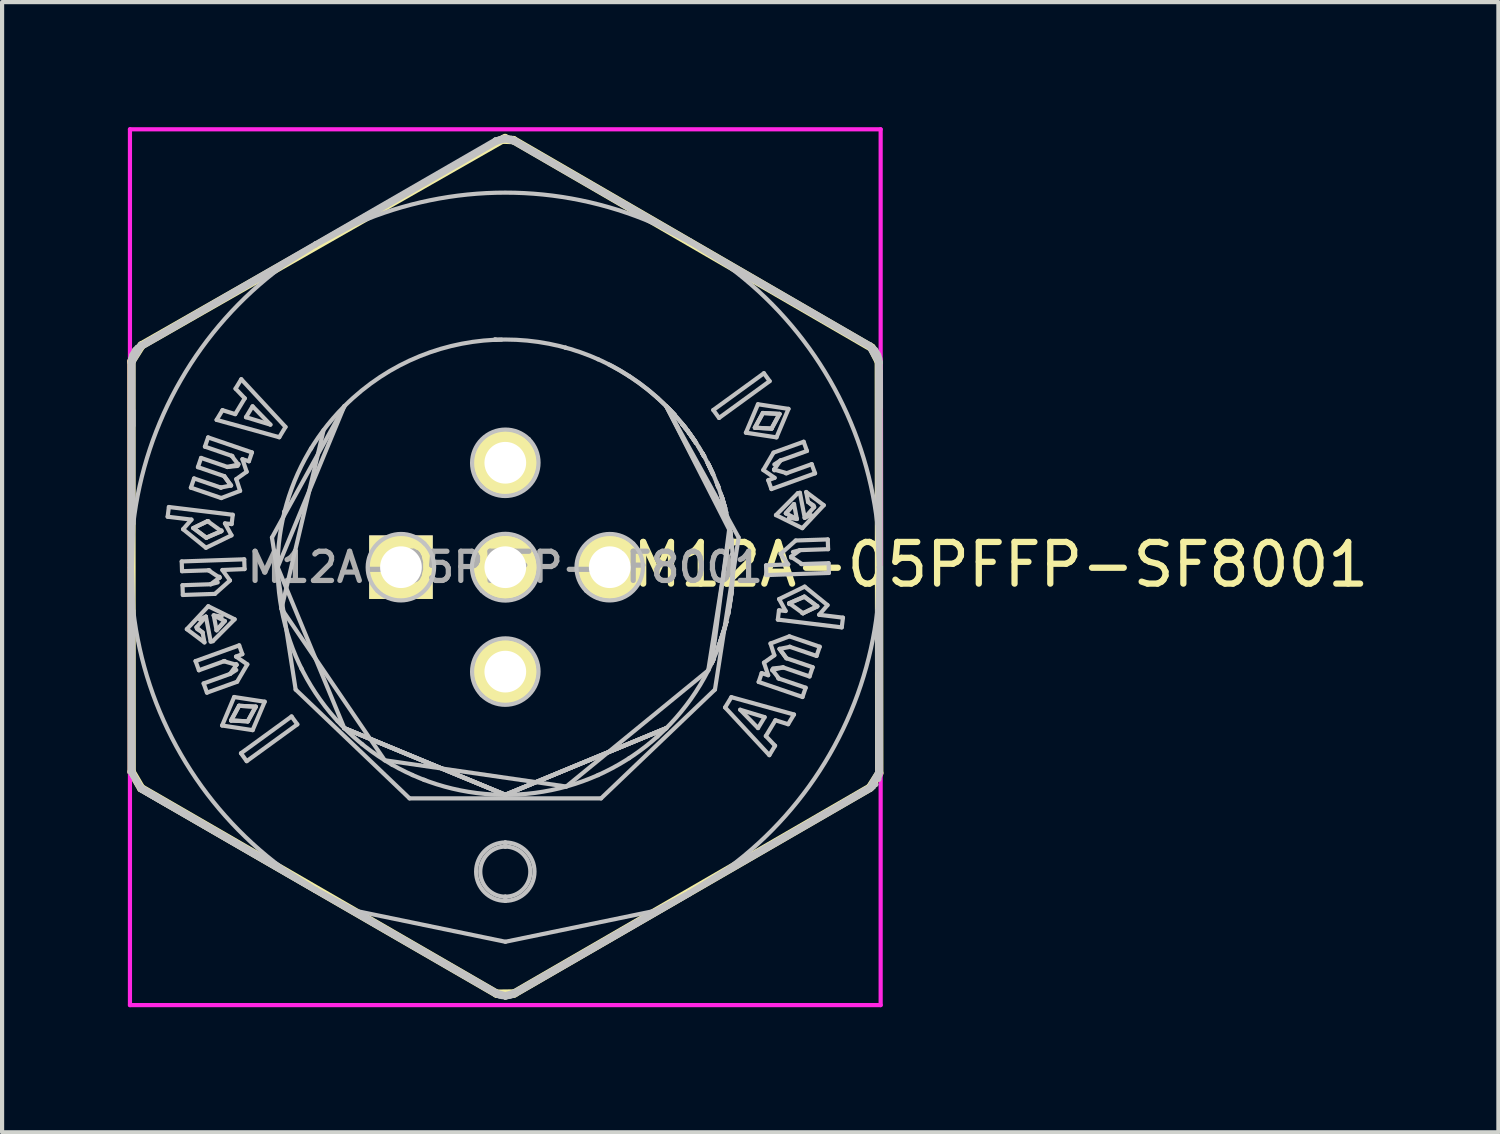
<source format=kicad_pcb>
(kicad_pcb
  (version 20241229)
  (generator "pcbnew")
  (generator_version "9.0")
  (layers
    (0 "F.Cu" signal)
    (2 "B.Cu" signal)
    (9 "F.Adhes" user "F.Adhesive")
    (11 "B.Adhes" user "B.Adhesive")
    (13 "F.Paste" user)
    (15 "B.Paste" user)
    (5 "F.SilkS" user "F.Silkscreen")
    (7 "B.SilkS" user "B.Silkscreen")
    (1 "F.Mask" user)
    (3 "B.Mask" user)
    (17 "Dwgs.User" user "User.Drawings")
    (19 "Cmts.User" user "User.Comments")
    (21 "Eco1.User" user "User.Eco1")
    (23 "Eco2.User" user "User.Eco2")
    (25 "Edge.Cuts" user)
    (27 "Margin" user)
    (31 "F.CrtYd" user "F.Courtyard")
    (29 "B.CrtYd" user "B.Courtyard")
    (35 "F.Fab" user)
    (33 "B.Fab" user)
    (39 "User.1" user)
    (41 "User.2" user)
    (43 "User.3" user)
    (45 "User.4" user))
  (footprint "M12A-05PFFP-SF8001"
    (layer "F.Cu")
    (at 9.066 10.55)
    (property "Reference" "M12A-05PFFP-SF8001" (at 11.877 -0.061 0) (layer "F.SilkS") (effects (font (size 1 1) (thickness 0.15))))
    (attr through_hole)
    (fp_line (start -8.966 -4.933) (end -8.961 4.907) (stroke (width 0.2) (type solid)) (layer "F.SilkS"))
    (fp_line (start -8.961 4.907) (end -8.733 5.298) (stroke (width 0.2) (type solid)) (layer "F.SilkS"))
    (fp_line (start -8.733 5.298) (end -0.208 10.226) (stroke (width 0.2) (type solid)) (layer "F.SilkS"))
    (fp_line (start -8.722 -5.319) (end -8.966 -4.933) (stroke (width 0.2) (type solid)) (layer "F.SilkS"))
    (fp_line (start -0.208 10.226) (end 0.213 10.221) (stroke (width 0.2) (type solid)) (layer "F.SilkS"))
    (fp_line (start -0.005 -10.292) (end -8.722 -5.319) (stroke (width 0.2) (type solid)) (layer "F.SilkS"))
    (fp_line (start 0.193 -10.241) (end -0.066 -10.251) (stroke (width 0.2) (type solid)) (layer "F.SilkS"))
    (fp_line (start 0.213 10.221) (end 8.743 5.288) (stroke (width 0.2) (type solid)) (layer "F.SilkS"))
    (fp_line (start 8.743 5.288) (end 8.966 4.938) (stroke (width 0.2) (type solid)) (layer "F.SilkS"))
    (fp_line (start 8.783 -5.263) (end 0.193 -10.241) (stroke (width 0.2) (type solid)) (layer "F.SilkS"))
    (fp_line (start 8.956 -4.923) (end 8.783 -5.263) (stroke (width 0.2) (type solid)) (layer "F.SilkS"))
    (fp_line (start 8.966 4.938) (end 8.956 -4.923) (stroke (width 0.2) (type solid)) (layer "F.SilkS"))
    (fp_line (start -9 -4.907) (end -8.918 -4.918) (stroke (width 0.1) (type solid)) (layer "Dwgs.User"))
    (fp_line (start -9 0.015) (end -9 -4.907) (stroke (width 0.1) (type solid)) (layer "Dwgs.User"))
    (fp_line (start -9 0.015) (end -8.953 0.015) (stroke (width 0.1) (type solid)) (layer "Dwgs.User"))
    (fp_line (start -9 4.907) (end -9 0.015) (stroke (width 0.1) (type solid)) (layer "Dwgs.User"))
    (fp_line (start -9 4.907) (end -8.75 5.34) (stroke (width 0.1) (type solid)) (layer "Dwgs.User"))
    (fp_line (start -9 -4.907) (end -8.994 -4.984) (stroke (width 0.1) (type solid)) (layer "Dwgs.User"))
    (fp_line (start -9 4.907) (end -8.75 5.34) (stroke (width 0.1) (type solid)) (layer "Dwgs.User"))
    (fp_line (start -8.994 -4.986) (end -8.971 -5.076) (stroke (width 0.1) (type solid)) (layer "Dwgs.User"))
    (fp_line (start -8.989 -5.012) (end -9 -4.908) (stroke (width 0.1) (type solid)) (layer "Dwgs.User"))
    (fp_line (start -8.962 -5.099) (end -8.971 -5.075) (stroke (width 0.1) (type solid)) (layer "Dwgs.User"))
    (fp_line (start -8.962 -5.1) (end -8.899 -5.209) (stroke (width 0.1) (type solid)) (layer "Dwgs.User"))
    (fp_line (start -8.953 0.015) (end -8.921 -1.039) (stroke (width 0.1) (type solid)) (layer "Dwgs.User"))
    (fp_line (start -8.95 -4.916) (end -8.992 -4.911) (stroke (width 0.1) (type solid)) (layer "Dwgs.User"))
    (fp_line (start -8.921 -1.039) (end -8.918 -4.917) (stroke (width 0.1) (type solid)) (layer "Dwgs.User"))
    (fp_line (start -8.921 1.039) (end -8.953 0.015) (stroke (width 0.1) (type solid)) (layer "Dwgs.User"))
    (fp_line (start -8.919 -3.757) (end -8.919 -3.388) (stroke (width 0.1) (type solid)) (layer "Dwgs.User"))
    (fp_line (start -8.918 -4.918) (end -8.918 -4.917) (stroke (width 0.1) (type solid)) (layer "Dwgs.User"))
    (fp_line (start -8.918 -4.917) (end -8.718 -5.265) (stroke (width 0.1) (type solid)) (layer "Dwgs.User"))
    (fp_line (start -8.918 4.918) (end -9 4.907) (stroke (width 0.1) (type solid)) (layer "Dwgs.User"))
    (fp_line (start -8.918 4.92) (end -8.921 1.039) (stroke (width 0.1) (type solid)) (layer "Dwgs.User"))
    (fp_line (start -8.901 5.034) (end -8.892 5.059) (stroke (width 0.1) (type solid)) (layer "Dwgs.User"))
    (fp_line (start -8.885 -5.227) (end -8.9 -5.207) (stroke (width 0.1) (type solid)) (layer "Dwgs.User"))
    (fp_line (start -8.884 -5.228) (end -8.836 -5.278) (stroke (width 0.1) (type solid)) (layer "Dwgs.User"))
    (fp_line (start -8.876 5.097) (end -8.875 5.099) (stroke (width 0.1) (type solid)) (layer "Dwgs.User"))
    (fp_line (start -8.875 5.099) (end -8.875 5.099) (stroke (width 0.1) (type solid)) (layer "Dwgs.User"))
    (fp_line (start -8.874 5.1) (end -8.874 5.1) (stroke (width 0.1) (type solid)) (layer "Dwgs.User"))
    (fp_line (start -8.874 5.1) (end -8.874 5.1) (stroke (width 0.1) (type solid)) (layer "Dwgs.User"))
    (fp_line (start -8.874 5.101) (end -8.873 5.101) (stroke (width 0.1) (type solid)) (layer "Dwgs.User"))
    (fp_line (start -8.873 5.102) (end -8.873 5.102) (stroke (width 0.1) (type solid)) (layer "Dwgs.User"))
    (fp_line (start -8.873 5.103) (end -8.873 5.103) (stroke (width 0.1) (type solid)) (layer "Dwgs.User"))
    (fp_line (start -8.872 5.104) (end -8.872 5.104) (stroke (width 0.1) (type solid)) (layer "Dwgs.User"))
    (fp_line (start -8.871 5.105) (end -8.871 5.105) (stroke (width 0.1) (type solid)) (layer "Dwgs.User"))
    (fp_line (start -8.835 -5.279) (end -8.837 -5.277) (stroke (width 0.1) (type solid)) (layer "Dwgs.User"))
    (fp_line (start -8.802 -5.306) (end -8.75 -5.34) (stroke (width 0.1) (type solid)) (layer "Dwgs.User"))
    (fp_line (start -8.75 5.34) (end -9 4.907) (stroke (width 0.1) (type solid)) (layer "Dwgs.User"))
    (fp_line (start -8.75 -5.34) (end -4.565 -7.757) (stroke (width 0.1) (type solid)) (layer "Dwgs.User"))
    (fp_line (start -8.75 -5.34) (end -9 -4.907) (stroke (width 0.1) (type solid)) (layer "Dwgs.User"))
    (fp_line (start -8.75 5.34) (end -8.056 5.741) (stroke (width 0.1) (type solid)) (layer "Dwgs.User"))
    (fp_line (start -8.75 5.34) (end -4.565 7.757) (stroke (width 0.1) (type solid)) (layer "Dwgs.User"))
    (fp_line (start -8.75 5.34) (end -4.565 7.757) (stroke (width 0.1) (type solid)) (layer "Dwgs.User"))
    (fp_line (start -8.75 -5.34) (end -9 -4.906) (stroke (width 0.1) (type solid)) (layer "Dwgs.User"))
    (fp_line (start -8.75 5.34) (end -9 4.908) (stroke (width 0.1) (type solid)) (layer "Dwgs.User"))
    (fp_line (start -8.75 5.341) (end -8.718 5.264) (stroke (width 0.1) (type solid)) (layer "Dwgs.User"))
    (fp_line (start -8.72 5.263) (end -8.918 4.92) (stroke (width 0.1) (type solid)) (layer "Dwgs.User"))
    (fp_line (start -8.718 -5.265) (end -5.361 -7.206) (stroke (width 0.1) (type solid)) (layer "Dwgs.User"))
    (fp_line (start -8.718 -5.265) (end -8.75 -5.34) (stroke (width 0.1) (type solid)) (layer "Dwgs.User"))
    (fp_line (start -8.096 -1.21) (end -7.525 -1.141) (stroke (width 0.1) (type solid)) (layer "Dwgs.User"))
    (fp_line (start -8.067 -1.443) (end -8.096 -1.21) (stroke (width 0.1) (type solid)) (layer "Dwgs.User"))
    (fp_line (start -8.056 5.741) (end -8.75 5.34) (stroke (width 0.1) (type solid)) (layer "Dwgs.User"))
    (fp_line (start -7.759 -0.138) (end -7.751 0.096) (stroke (width 0.1) (type solid)) (layer "Dwgs.User"))
    (fp_line (start -7.751 0.096) (end -7.114 0.075) (stroke (width 0.1) (type solid)) (layer "Dwgs.User"))
    (fp_line (start -7.74 0.432) (end -7.732 0.666) (stroke (width 0.1) (type solid)) (layer "Dwgs.User"))
    (fp_line (start -7.732 0.666) (end -6.963 0.64) (stroke (width 0.1) (type solid)) (layer "Dwgs.User"))
    (fp_line (start -7.726 -0.91) (end -7.178 -0.466) (stroke (width 0.1) (type solid)) (layer "Dwgs.User"))
    (fp_line (start -7.636 1.486) (end -7.214 1.803) (stroke (width 0.1) (type solid)) (layer "Dwgs.User"))
    (fp_line (start -7.539 -1.907) (end -6.811 -1.658) (stroke (width 0.1) (type solid)) (layer "Dwgs.User"))
    (fp_line (start -7.525 -1.141) (end -7.726 -0.91) (stroke (width 0.1) (type solid)) (layer "Dwgs.User"))
    (fp_line (start -7.48 -0.939) (end -7.138 -1.104) (stroke (width 0.1) (type solid)) (layer "Dwgs.User"))
    (fp_line (start -7.48 -0.939) (end -7.138 -1.104) (stroke (width 0.1) (type solid)) (layer "Dwgs.User"))
    (fp_line (start -7.463 -2.128) (end -7.539 -1.907) (stroke (width 0.1) (type solid)) (layer "Dwgs.User"))
    (fp_line (start -7.427 2.251) (end -7.347 2.471) (stroke (width 0.1) (type solid)) (layer "Dwgs.User"))
    (fp_line (start -7.406 1.442) (end -7.179 1.185) (stroke (width 0.1) (type solid)) (layer "Dwgs.User"))
    (fp_line (start -7.37 -2.399) (end -6.74 -2.183) (stroke (width 0.1) (type solid)) (layer "Dwgs.User"))
    (fp_line (start -7.347 2.471) (end -6.748 2.255) (stroke (width 0.1) (type solid)) (layer "Dwgs.User"))
    (fp_line (start -7.332 1.249) (end -7.179 1.185) (stroke (width 0.1) (type solid)) (layer "Dwgs.User"))
    (fp_line (start -7.295 -2.62) (end -7.37 -2.399) (stroke (width 0.1) (type solid)) (layer "Dwgs.User"))
    (fp_line (start -7.259 1.566) (end -7.406 1.442) (stroke (width 0.1) (type solid)) (layer "Dwgs.User"))
    (fp_line (start -7.259 1.566) (end -7.393 1.48) (stroke (width 0.1) (type solid)) (layer "Dwgs.User"))
    (fp_line (start -7.233 2.787) (end -7.154 3.008) (stroke (width 0.1) (type solid)) (layer "Dwgs.User"))
    (fp_line (start -7.214 1.803) (end -7.259 1.566) (stroke (width 0.1) (type solid)) (layer "Dwgs.User"))
    (fp_line (start -7.202 -2.89) (end -6.562 -2.671) (stroke (width 0.1) (type solid)) (layer "Dwgs.User"))
    (fp_line (start -7.179 1.185) (end -7.064 1.784) (stroke (width 0.1) (type solid)) (layer "Dwgs.User"))
    (fp_line (start -7.178 -0.466) (end -6.565 -0.764) (stroke (width 0.1) (type solid)) (layer "Dwgs.User"))
    (fp_line (start -7.17 -0.707) (end -7.48 -0.939) (stroke (width 0.1) (type solid)) (layer "Dwgs.User"))
    (fp_line (start -7.17 -0.707) (end -7.48 -0.939) (stroke (width 0.1) (type solid)) (layer "Dwgs.User"))
    (fp_line (start -7.154 3.008) (end -6.431 2.747) (stroke (width 0.1) (type solid)) (layer "Dwgs.User"))
    (fp_line (start -7.138 -1.104) (end -7.118 -1.102) (stroke (width 0.1) (type solid)) (layer "Dwgs.User"))
    (fp_line (start -7.138 -1.104) (end -6.808 -0.864) (stroke (width 0.1) (type solid)) (layer "Dwgs.User"))
    (fp_line (start -7.126 -3.112) (end -7.202 -2.89) (stroke (width 0.1) (type solid)) (layer "Dwgs.User"))
    (fp_line (start -7.122 0.936) (end -7.636 1.486) (stroke (width 0.1) (type solid)) (layer "Dwgs.User"))
    (fp_line (start -7.114 0.075) (end -7.094 0.074) (stroke (width 0.1) (type solid)) (layer "Dwgs.User"))
    (fp_line (start -7.114 0.075) (end -6.851 0.25) (stroke (width 0.1) (type solid)) (layer "Dwgs.User"))
    (fp_line (start -7.065 0.409) (end -7.74 0.432) (stroke (width 0.1) (type solid)) (layer "Dwgs.User"))
    (fp_line (start -7.064 1.784) (end -7.013 1.774) (stroke (width 0.1) (type solid)) (layer "Dwgs.User"))
    (fp_line (start -7.013 1.774) (end -6.49 1.249) (stroke (width 0.1) (type solid)) (layer "Dwgs.User"))
    (fp_line (start -6.991 1.156) (end -6.801 1.183) (stroke (width 0.1) (type solid)) (layer "Dwgs.User"))
    (fp_line (start -6.991 1.156) (end -6.727 1.291) (stroke (width 0.1) (type solid)) (layer "Dwgs.User"))
    (fp_line (start -6.963 0.64) (end -6.602 0.318) (stroke (width 0.1) (type solid)) (layer "Dwgs.User"))
    (fp_line (start -6.923 1.512) (end -6.991 1.156) (stroke (width 0.1) (type solid)) (layer "Dwgs.User"))
    (fp_line (start -6.922 -3.532) (end -5.42 -3.116) (stroke (width 0.1) (type solid)) (layer "Dwgs.User"))
    (fp_line (start -6.896 0.365) (end -7.065 0.409) (stroke (width 0.1) (type solid)) (layer "Dwgs.User"))
    (fp_line (start -6.853 0.229) (end -6.851 0.25) (stroke (width 0.1) (type solid)) (layer "Dwgs.User"))
    (fp_line (start -6.851 0.25) (end -7.065 0.409) (stroke (width 0.1) (type solid)) (layer "Dwgs.User"))
    (fp_line (start -6.825 -1.91) (end -7.463 -2.128) (stroke (width 0.1) (type solid)) (layer "Dwgs.User"))
    (fp_line (start -6.815 -1.906) (end -6.825 -1.91) (stroke (width 0.1) (type solid)) (layer "Dwgs.User"))
    (fp_line (start -6.811 -1.658) (end -6.359 -1.83) (stroke (width 0.1) (type solid)) (layer "Dwgs.User"))
    (fp_line (start -6.808 -0.864) (end -7.17 -0.707) (stroke (width 0.1) (type solid)) (layer "Dwgs.User"))
    (fp_line (start -6.808 -0.864) (end -7.17 -0.707) (stroke (width 0.1) (type solid)) (layer "Dwgs.User"))
    (fp_line (start -6.806 -0.884) (end -6.808 -0.864) (stroke (width 0.1) (type solid)) (layer "Dwgs.User"))
    (fp_line (start -6.79 3.796) (end -6.058 3.907) (stroke (width 0.1) (type solid)) (layer "Dwgs.User"))
    (fp_line (start -6.784 0.067) (end -6.252 0.045) (stroke (width 0.1) (type solid)) (layer "Dwgs.User"))
    (fp_line (start -6.781 -3.765) (end -6.922 -3.532) (stroke (width 0.1) (type solid)) (layer "Dwgs.User"))
    (fp_line (start -6.748 2.255) (end -6.729 2.249) (stroke (width 0.1) (type solid)) (layer "Dwgs.User"))
    (fp_line (start -6.748 2.255) (end -6.444 2.341) (stroke (width 0.1) (type solid)) (layer "Dwgs.User"))
    (fp_line (start -6.74 -2.183) (end -6.576 -1.959) (stroke (width 0.1) (type solid)) (layer "Dwgs.User"))
    (fp_line (start -6.74 -2.183) (end -6.576 -1.959) (stroke (width 0.1) (type solid)) (layer "Dwgs.User"))
    (fp_line (start -6.727 1.291) (end -6.923 1.512) (stroke (width 0.1) (type solid)) (layer "Dwgs.User"))
    (fp_line (start -6.727 1.291) (end -6.923 1.512) (stroke (width 0.1) (type solid)) (layer "Dwgs.User"))
    (fp_line (start -6.722 -1.05) (end -6.562 -1.034) (stroke (width 0.1) (type solid)) (layer "Dwgs.User"))
    (fp_line (start -6.662 -2.403) (end -7.295 -2.62) (stroke (width 0.1) (type solid)) (layer "Dwgs.User"))
    (fp_line (start -6.602 0.318) (end -6.784 0.067) (stroke (width 0.1) (type solid)) (layer "Dwgs.User"))
    (fp_line (start -6.599 2.559) (end -7.233 2.787) (stroke (width 0.1) (type solid)) (layer "Dwgs.User"))
    (fp_line (start -6.576 -1.959) (end -6.825 -1.91) (stroke (width 0.1) (type solid)) (layer "Dwgs.User"))
    (fp_line (start -6.575 3.675) (end -6.384 3.323) (stroke (width 0.1) (type solid)) (layer "Dwgs.User"))
    (fp_line (start -6.575 3.675) (end -6.384 3.323) (stroke (width 0.1) (type solid)) (layer "Dwgs.User"))
    (fp_line (start -6.565 -0.764) (end -6.722 -1.05) (stroke (width 0.1) (type solid)) (layer "Dwgs.User"))
    (fp_line (start -6.562 -1.034) (end -6.535 -1.257) (stroke (width 0.1) (type solid)) (layer "Dwgs.User"))
    (fp_line (start -6.562 -2.671) (end -6.542 -2.664) (stroke (width 0.1) (type solid)) (layer "Dwgs.User"))
    (fp_line (start -6.562 -2.671) (end -6.403 -2.463) (stroke (width 0.1) (type solid)) (layer "Dwgs.User"))
    (fp_line (start -6.535 -1.257) (end -8.067 -1.443) (stroke (width 0.1) (type solid)) (layer "Dwgs.User"))
    (fp_line (start -6.502 3.113) (end -6.79 3.796) (stroke (width 0.1) (type solid)) (layer "Dwgs.User"))
    (fp_line (start -6.49 1.249) (end -7.122 0.936) (stroke (width 0.1) (type solid)) (layer "Dwgs.User"))
    (fp_line (start -6.476 -3.67) (end -6.781 -3.765) (stroke (width 0.1) (type solid)) (layer "Dwgs.User"))
    (fp_line (start -6.468 -4.281) (end -6.247 -4.049) (stroke (width 0.1) (type solid)) (layer "Dwgs.User"))
    (fp_line (start -6.457 2.143) (end -6.305 2.085) (stroke (width 0.1) (type solid)) (layer "Dwgs.User"))
    (fp_line (start -6.452 2.322) (end -6.444 2.341) (stroke (width 0.1) (type solid)) (layer "Dwgs.User"))
    (fp_line (start -6.451 -2.112) (end -6.202 -2.289) (stroke (width 0.1) (type solid)) (layer "Dwgs.User"))
    (fp_line (start -6.451 2.464) (end -6.599 2.559) (stroke (width 0.1) (type solid)) (layer "Dwgs.User"))
    (fp_line (start -6.444 2.341) (end -6.599 2.559) (stroke (width 0.1) (type solid)) (layer "Dwgs.User"))
    (fp_line (start -6.431 2.747) (end -6.186 2.33) (stroke (width 0.1) (type solid)) (layer "Dwgs.User"))
    (fp_line (start -6.419 -2.428) (end -6.662 -2.403) (stroke (width 0.1) (type solid)) (layer "Dwgs.User"))
    (fp_line (start -6.403 -2.463) (end -6.662 -2.403) (stroke (width 0.1) (type solid)) (layer "Dwgs.User"))
    (fp_line (start -6.4 -2.473) (end -6.403 -2.463) (stroke (width 0.1) (type solid)) (layer "Dwgs.User"))
    (fp_line (start -6.384 3.323) (end -5.984 3.345) (stroke (width 0.1) (type solid)) (layer "Dwgs.User"))
    (fp_line (start -6.384 3.323) (end -5.984 3.345) (stroke (width 0.1) (type solid)) (layer "Dwgs.User"))
    (fp_line (start -6.381 1.874) (end -7.427 2.251) (stroke (width 0.1) (type solid)) (layer "Dwgs.User"))
    (fp_line (start -6.359 -1.83) (end -6.451 -2.112) (stroke (width 0.1) (type solid)) (layer "Dwgs.User"))
    (fp_line (start -6.338 4.461) (end -6.201 4.651) (stroke (width 0.1) (type solid)) (layer "Dwgs.User"))
    (fp_line (start -6.331 -4.507) (end -6.468 -4.281) (stroke (width 0.1) (type solid)) (layer "Dwgs.User"))
    (fp_line (start -6.305 2.085) (end -6.381 1.874) (stroke (width 0.1) (type solid)) (layer "Dwgs.User"))
    (fp_line (start -6.303 -2.59) (end -6.147 -2.54) (stroke (width 0.1) (type solid)) (layer "Dwgs.User"))
    (fp_line (start -6.26 -0.189) (end -7.759 -0.138) (stroke (width 0.1) (type solid)) (layer "Dwgs.User"))
    (fp_line (start -6.252 0.045) (end -6.26 -0.189) (stroke (width 0.1) (type solid)) (layer "Dwgs.User"))
    (fp_line (start -6.247 -4.049) (end -6.476 -3.67) (stroke (width 0.1) (type solid)) (layer "Dwgs.User"))
    (fp_line (start -6.218 -3.596) (end -6.06 -3.858) (stroke (width 0.1) (type solid)) (layer "Dwgs.User"))
    (fp_line (start -6.202 -2.289) (end -6.303 -2.59) (stroke (width 0.1) (type solid)) (layer "Dwgs.User"))
    (fp_line (start -6.201 4.651) (end -4.987 3.769) (stroke (width 0.1) (type solid)) (layer "Dwgs.User"))
    (fp_line (start -6.186 2.33) (end -6.457 2.143) (stroke (width 0.1) (type solid)) (layer "Dwgs.User"))
    (fp_line (start -6.176 3.697) (end -6.575 3.675) (stroke (width 0.1) (type solid)) (layer "Dwgs.User"))
    (fp_line (start -6.176 3.697) (end -6.575 3.675) (stroke (width 0.1) (type solid)) (layer "Dwgs.User"))
    (fp_line (start -6.147 -2.54) (end -6.075 -2.752) (stroke (width 0.1) (type solid)) (layer "Dwgs.User"))
    (fp_line (start -6.075 -2.752) (end -7.126 -3.112) (stroke (width 0.1) (type solid)) (layer "Dwgs.User"))
    (fp_line (start -6.06 -3.858) (end -5.632 -3.418) (stroke (width 0.1) (type solid)) (layer "Dwgs.User"))
    (fp_line (start -6.058 3.907) (end -5.769 3.225) (stroke (width 0.1) (type solid)) (layer "Dwgs.User"))
    (fp_line (start -5.984 3.345) (end -6.176 3.697) (stroke (width 0.1) (type solid)) (layer "Dwgs.User"))
    (fp_line (start -5.984 3.345) (end -6.176 3.697) (stroke (width 0.1) (type solid)) (layer "Dwgs.User"))
    (fp_line (start -5.769 3.225) (end -6.502 3.113) (stroke (width 0.1) (type solid)) (layer "Dwgs.User"))
    (fp_line (start -5.632 -3.418) (end -6.218 -3.596) (stroke (width 0.1) (type solid)) (layer "Dwgs.User"))
    (fp_line (start -5.595 -0.711) (end -3.856 -3.863) (stroke (width 0.1) (type solid)) (layer "Dwgs.User"))
    (fp_line (start -5.458 0) (end -3.86 3.86) (stroke (width 0.1) (type solid)) (layer "Dwgs.User"))
    (fp_line (start -5.42 -3.116) (end -5.27 -3.363) (stroke (width 0.1) (type solid)) (layer "Dwgs.User"))
    (fp_line (start -5.367 0.994) (end -4.357 -3.287) (stroke (width 0.1) (type solid)) (layer "Dwgs.User"))
    (fp_line (start -5.36 7.206) (end -8.72 5.263) (stroke (width 0.1) (type solid)) (layer "Dwgs.User"))
    (fp_line (start -5.36 -7.206) (end -4.541 -7.716) (stroke (width 0.1) (type solid)) (layer "Dwgs.User"))
    (fp_line (start -5.359 -7.207) (end -5.36 -7.206) (stroke (width 0.1) (type solid)) (layer "Dwgs.User"))
    (fp_line (start -5.296 -1.322) (end -5.296 -1.322) (stroke (width 0.1) (type solid)) (layer "Dwgs.User"))
    (fp_line (start -5.295 -1.324) (end -5.296 -1.324) (stroke (width 0.1) (type solid)) (layer "Dwgs.User"))
    (fp_line (start -5.292 -1.338) (end -5.292 -1.337) (stroke (width 0.1) (type solid)) (layer "Dwgs.User"))
    (fp_line (start -5.289 -1.351) (end -5.292 -1.34) (stroke (width 0.1) (type solid)) (layer "Dwgs.User"))
    (fp_line (start -5.27 -3.363) (end -6.331 -4.507) (stroke (width 0.1) (type solid)) (layer "Dwgs.User"))
    (fp_line (start -5.125 3.579) (end -6.338 4.461) (stroke (width 0.1) (type solid)) (layer "Dwgs.User"))
    (fp_line (start -5.027 2.934) (end -5.595 -0.711) (stroke (width 0.1) (type solid)) (layer "Dwgs.User"))
    (fp_line (start -5.009 -7.436) (end -5.027 -7.425) (stroke (width 0.1) (type solid)) (layer "Dwgs.User"))
    (fp_line (start -4.987 3.769) (end -5.125 3.579) (stroke (width 0.1) (type solid)) (layer "Dwgs.User"))
    (fp_line (start -4.89 2.427) (end -4.882 2.441) (stroke (width 0.1) (type solid)) (layer "Dwgs.User"))
    (fp_line (start -4.652 -2.855) (end -4.662 -2.839) (stroke (width 0.1) (type solid)) (layer "Dwgs.User"))
    (fp_line (start -4.565 -7.757) (end -0.25 -10.248) (stroke (width 0.1) (type solid)) (layer "Dwgs.User"))
    (fp_line (start -4.565 7.757) (end -8.056 5.741) (stroke (width 0.1) (type solid)) (layer "Dwgs.User"))
    (fp_line (start -4.565 7.757) (end -4.541 7.716) (stroke (width 0.1) (type solid)) (layer "Dwgs.User"))
    (fp_line (start -4.565 -7.757) (end -4.541 -7.716) (stroke (width 0.1) (type solid)) (layer "Dwgs.User"))
    (fp_line (start -4.564 -7.757) (end -4.565 -7.757) (stroke (width 0.1) (type solid)) (layer "Dwgs.User"))
    (fp_line (start -4.541 7.716) (end -5.36 7.206) (stroke (width 0.1) (type solid)) (layer "Dwgs.User"))
    (fp_line (start -4.541 -7.716) (end -3.561 -8.245) (stroke (width 0.1) (type solid)) (layer "Dwgs.User"))
    (fp_line (start -4.025 3.687) (end -4.02 3.692) (stroke (width 0.1) (type solid)) (layer "Dwgs.User"))
    (fp_line (start -3.86 -3.86) (end -5.458 0) (stroke (width 0.1) (type solid)) (layer "Dwgs.User"))
    (fp_line (start -3.86 3.86) (end 0 5.458) (stroke (width 0.1) (type solid)) (layer "Dwgs.User"))
    (fp_line (start -3.86 3.86) (end 0 5.458) (stroke (width 0.1) (type solid)) (layer "Dwgs.User"))
    (fp_line (start -3.86 3.86) (end 0 5.458) (stroke (width 0.1) (type solid)) (layer "Dwgs.User"))
    (fp_line (start -3.86 3.86) (end 0 5.458) (stroke (width 0.1) (type solid)) (layer "Dwgs.User"))
    (fp_line (start -3.86 3.86) (end 0 5.458) (stroke (width 0.1) (type solid)) (layer "Dwgs.User"))
    (fp_line (start -3.561 8.245) (end -3.561 8.245) (stroke (width 0.1) (type solid)) (layer "Dwgs.User"))
    (fp_line (start -3.561 8.245) (end -4.541 7.716) (stroke (width 0.1) (type solid)) (layer "Dwgs.User"))
    (fp_line (start -3.559 -8.245) (end -0.197 -10.183) (stroke (width 0.1) (type solid)) (layer "Dwgs.User"))
    (fp_line (start -3.558 8.246) (end 0.002 8.981) (stroke (width 0.1) (type solid)) (layer "Dwgs.User"))
    (fp_line (start -3.435 4.242) (end -3.431 4.246) (stroke (width 0.1) (type solid)) (layer "Dwgs.User"))
    (fp_line (start -2.892 4.629) (end -5.367 0.994) (stroke (width 0.1) (type solid)) (layer "Dwgs.User"))
    (fp_line (start -2.786 0.283) (end -2.503 0) (stroke (width 0.1) (type solid)) (layer "Dwgs.User"))
    (fp_line (start -2.729 4.727) (end -2.728 4.728) (stroke (width 0.1) (type solid)) (layer "Dwgs.User"))
    (fp_line (start -2.704 4.742) (end -2.702 4.743) (stroke (width 0.1) (type solid)) (layer "Dwgs.User"))
    (fp_line (start -2.296 5.543) (end -5.027 2.934) (stroke (width 0.1) (type solid)) (layer "Dwgs.User"))
    (fp_line (start -2.227 4.983) (end -2.225 4.985) (stroke (width 0.1) (type solid)) (layer "Dwgs.User"))
    (fp_line (start -2.22 -0.283) (end -2.503 0) (stroke (width 0.1) (type solid)) (layer "Dwgs.User"))
    (fp_line (start -1.956 5.096) (end -1.951 5.098) (stroke (width 0.1) (type solid)) (layer "Dwgs.User"))
    (fp_line (start -1.937 5.103) (end -1.933 5.105) (stroke (width 0.1) (type solid)) (layer "Dwgs.User"))
    (fp_line (start -0.283 -2.22) (end 0 -2.503) (stroke (width 0.1) (type solid)) (layer "Dwgs.User"))
    (fp_line (start -0.283 0.283) (end 0 0) (stroke (width 0.1) (type solid)) (layer "Dwgs.User"))
    (fp_line (start -0.283 2.786) (end 0 2.503) (stroke (width 0.1) (type solid)) (layer "Dwgs.User"))
    (fp_line (start -0.261 -5.452) (end -0.261 -5.452) (stroke (width 0.1) (type solid)) (layer "Dwgs.User"))
    (fp_line (start -0.256 -5.452) (end -0.26 -5.452) (stroke (width 0.1) (type solid)) (layer "Dwgs.User"))
    (fp_line (start -0.255 -5.453) (end -0.255 -5.453) (stroke (width 0.1) (type solid)) (layer "Dwgs.User"))
    (fp_line (start -0.254 -5.453) (end -0.254 -5.453) (stroke (width 0.1) (type solid)) (layer "Dwgs.User"))
    (fp_line (start -0.25 10.248) (end -4.565 7.757) (stroke (width 0.1) (type solid)) (layer "Dwgs.User"))
    (fp_line (start -0.25 10.248) (end 0 10.315) (stroke (width 0.1) (type solid)) (layer "Dwgs.User"))
    (fp_line (start -0.25 10.248) (end -4.565 7.757) (stroke (width 0.1) (type solid)) (layer "Dwgs.User"))
    (fp_line (start -0.25 -10.248) (end -0.2 -10.182) (stroke (width 0.1) (type solid)) (layer "Dwgs.User"))
    (fp_line (start -0.25 -10.248) (end -0.25 -10.248) (stroke (width 0.1) (type solid)) (layer "Dwgs.User"))
    (fp_line (start -0.233 -5.454) (end -0.253 -5.453) (stroke (width 0.1) (type solid)) (layer "Dwgs.User"))
    (fp_line (start -0.232 -5.454) (end -0.232 -5.454) (stroke (width 0.1) (type solid)) (layer "Dwgs.User"))
    (fp_line (start -0.219 -5.454) (end -0.226 -5.454) (stroke (width 0.1) (type solid)) (layer "Dwgs.User"))
    (fp_line (start -0.2 10.182) (end -0.25 10.248) (stroke (width 0.1) (type solid)) (layer "Dwgs.User"))
    (fp_line (start -0.197 10.183) (end -3.558 8.246) (stroke (width 0.1) (type solid)) (layer "Dwgs.User"))
    (fp_line (start -0.197 -10.183) (end 0 -10.236) (stroke (width 0.1) (type solid)) (layer "Dwgs.User"))
    (fp_line (start -0.188 10.278) (end -0.139 10.295) (stroke (width 0.1) (type solid)) (layer "Dwgs.User"))
    (fp_line (start -0.182 10.281) (end -0.25 10.248) (stroke (width 0.1) (type solid)) (layer "Dwgs.User"))
    (fp_line (start -0.137 10.296) (end -0.137 10.296) (stroke (width 0.1) (type solid)) (layer "Dwgs.User"))
    (fp_line (start -0.09 -5.458) (end -0.212 -5.454) (stroke (width 0.1) (type solid)) (layer "Dwgs.User"))
    (fp_line (start -0.039 -10.313) (end -0.25 -10.248) (stroke (width 0.1) (type solid)) (layer "Dwgs.User"))
    (fp_line (start -0.03 -10.314) (end 0 -10.315) (stroke (width 0.1) (type solid)) (layer "Dwgs.User"))
    (fp_line (start 0 -10.315) (end -0.25 -10.248) (stroke (width 0.1) (type solid)) (layer "Dwgs.User"))
    (fp_line (start 0 -10.315) (end 0 -10.315) (stroke (width 0.1) (type solid)) (layer "Dwgs.User"))
    (fp_line (start 0 -10.315) (end 0.087 -10.307) (stroke (width 0.1) (type solid)) (layer "Dwgs.User"))
    (fp_line (start 0 -10.315) (end 0 -10.236) (stroke (width 0.1) (type solid)) (layer "Dwgs.User"))
    (fp_line (start 0 -10.315) (end 0.248 -10.249) (stroke (width 0.1) (type solid)) (layer "Dwgs.User"))
    (fp_line (start 0 -10.315) (end -0.25 -10.248) (stroke (width 0.1) (type solid)) (layer "Dwgs.User"))
    (fp_line (start 0 -10.236) (end 0.197 -10.183) (stroke (width 0.1) (type solid)) (layer "Dwgs.User"))
    (fp_line (start 0 5.458) (end 3.86 3.86) (stroke (width 0.1) (type solid)) (layer "Dwgs.User"))
    (fp_line (start 0 5.458) (end 3.86 3.86) (stroke (width 0.1) (type solid)) (layer "Dwgs.User"))
    (fp_line (start 0 5.458) (end 3.86 3.86) (stroke (width 0.1) (type solid)) (layer "Dwgs.User"))
    (fp_line (start 0 5.458) (end 3.86 3.86) (stroke (width 0.1) (type solid)) (layer "Dwgs.User"))
    (fp_line (start 0 5.458) (end 3.86 3.86) (stroke (width 0.1) (type solid)) (layer "Dwgs.User"))
    (fp_line (start 0 6.6) (end 0 6.7) (stroke (width 0.1) (type solid)) (layer "Dwgs.User"))
    (fp_line (start 0 8) (end 0 7.9) (stroke (width 0.1) (type solid)) (layer "Dwgs.User"))
    (fp_line (start 0 10.236) (end -0.197 10.183) (stroke (width 0.1) (type solid)) (layer "Dwgs.User"))
    (fp_line (start 0 10.315) (end 0.25 10.248) (stroke (width 0.1) (type solid)) (layer "Dwgs.User"))
    (fp_line (start 0 10.315) (end -0.248 10.249) (stroke (width 0.1) (type solid)) (layer "Dwgs.User"))
    (fp_line (start 0 10.315) (end 0 10.236) (stroke (width 0.1) (type solid)) (layer "Dwgs.User"))
    (fp_line (start 0 10.315) (end -0.087 10.307) (stroke (width 0.1) (type solid)) (layer "Dwgs.User"))
    (fp_line (start 0 10.315) (end 0 10.315) (stroke (width 0.1) (type solid)) (layer "Dwgs.User"))
    (fp_line (start 0 10.315) (end 0.25 10.248) (stroke (width 0.1) (type solid)) (layer "Dwgs.User"))
    (fp_line (start 0.002 8.981) (end 3.561 8.245) (stroke (width 0.1) (type solid)) (layer "Dwgs.User"))
    (fp_line (start 0.039 10.313) (end 0.25 10.248) (stroke (width 0.1) (type solid)) (layer "Dwgs.User"))
    (fp_line (start 0.136 10.296) (end 0 10.315) (stroke (width 0.1) (type solid)) (layer "Dwgs.User"))
    (fp_line (start 0.137 -10.296) (end 0.137 -10.296) (stroke (width 0.1) (type solid)) (layer "Dwgs.User"))
    (fp_line (start 0.182 -10.281) (end 0.25 -10.248) (stroke (width 0.1) (type solid)) (layer "Dwgs.User"))
    (fp_line (start 0.188 -10.278) (end 0.139 -10.295) (stroke (width 0.1) (type solid)) (layer "Dwgs.User"))
    (fp_line (start 0.197 -10.183) (end 3.559 -8.246) (stroke (width 0.1) (type solid)) (layer "Dwgs.User"))
    (fp_line (start 0.199 10.182) (end 0 10.236) (stroke (width 0.1) (type solid)) (layer "Dwgs.User"))
    (fp_line (start 0.2 -10.182) (end 0.25 -10.248) (stroke (width 0.1) (type solid)) (layer "Dwgs.User"))
    (fp_line (start 0.25 10.248) (end 0.25 10.248) (stroke (width 0.1) (type solid)) (layer "Dwgs.User"))
    (fp_line (start 0.25 10.248) (end 0.2 10.182) (stroke (width 0.1) (type solid)) (layer "Dwgs.User"))
    (fp_line (start 0.25 10.248) (end 0.174 10.284) (stroke (width 0.1) (type solid)) (layer "Dwgs.User"))
    (fp_line (start 0.25 -10.248) (end 0 -10.315) (stroke (width 0.1) (type solid)) (layer "Dwgs.User"))
    (fp_line (start 0.25 -10.248) (end 4.427 -7.836) (stroke (width 0.1) (type solid)) (layer "Dwgs.User"))
    (fp_line (start 0.25 10.248) (end 4.426 7.837) (stroke (width 0.1) (type solid)) (layer "Dwgs.User"))
    (fp_line (start 0.283 -2.786) (end 0 -2.503) (stroke (width 0.1) (type solid)) (layer "Dwgs.User"))
    (fp_line (start 0.283 -0.283) (end 0 0) (stroke (width 0.1) (type solid)) (layer "Dwgs.User"))
    (fp_line (start 0.283 2.22) (end 0 2.503) (stroke (width 0.1) (type solid)) (layer "Dwgs.User"))
    (fp_line (start 1.443 -5.264) (end 1.44 -5.265) (stroke (width 0.1) (type solid)) (layer "Dwgs.User"))
    (fp_line (start 1.445 -5.264) (end 1.445 -5.264) (stroke (width 0.1) (type solid)) (layer "Dwgs.User"))
    (fp_line (start 1.461 5.259) (end -2.892 4.629) (stroke (width 0.1) (type solid)) (layer "Dwgs.User"))
    (fp_line (start 2.22 4.987) (end 2.235 4.98) (stroke (width 0.1) (type solid)) (layer "Dwgs.User"))
    (fp_line (start 2.22 0.283) (end 2.503 0) (stroke (width 0.1) (type solid)) (layer "Dwgs.User"))
    (fp_line (start 2.229 -4.983) (end 2.225 -4.984) (stroke (width 0.1) (type solid)) (layer "Dwgs.User"))
    (fp_line (start 2.296 5.543) (end -2.296 5.543) (stroke (width 0.1) (type solid)) (layer "Dwgs.User"))
    (fp_line (start 2.786 -0.283) (end 2.503 0) (stroke (width 0.1) (type solid)) (layer "Dwgs.User"))
    (fp_line (start 2.969 4.58) (end 2.973 4.578) (stroke (width 0.1) (type solid)) (layer "Dwgs.User"))
    (fp_line (start 2.973 -4.578) (end 2.969 -4.58) (stroke (width 0.1) (type solid)) (layer "Dwgs.User"))
    (fp_line (start 3.558 8.246) (end 0.199 10.182) (stroke (width 0.1) (type solid)) (layer "Dwgs.User"))
    (fp_line (start 3.561 -8.245) (end 4.403 -7.795) (stroke (width 0.1) (type solid)) (layer "Dwgs.User"))
    (fp_line (start 3.632 4.075) (end 3.652 4.056) (stroke (width 0.1) (type solid)) (layer "Dwgs.User"))
    (fp_line (start 3.652 -4.056) (end 3.649 -4.059) (stroke (width 0.1) (type solid)) (layer "Dwgs.User"))
    (fp_line (start 3.86 -3.86) (end 5.391 -0.856) (stroke (width 0.1) (type solid)) (layer "Dwgs.User"))
    (fp_line (start 3.86 -3.86) (end 5.595 -0.711) (stroke (width 0.1) (type solid)) (layer "Dwgs.User"))
    (fp_line (start 3.892 -3.828) (end 3.889 -3.831) (stroke (width 0.1) (type solid)) (layer "Dwgs.User"))
    (fp_line (start 3.921 -3.798) (end 3.892 -3.827) (stroke (width 0.1) (type solid)) (layer "Dwgs.User"))
    (fp_line (start 3.964 -3.752) (end 3.941 -3.777) (stroke (width 0.1) (type solid)) (layer "Dwgs.User"))
    (fp_line (start 4.02 -3.693) (end 4.005 -3.709) (stroke (width 0.1) (type solid)) (layer "Dwgs.User"))
    (fp_line (start 4.045 -3.665) (end 4.044 -3.666) (stroke (width 0.1) (type solid)) (layer "Dwgs.User"))
    (fp_line (start 4.046 -3.664) (end 4.045 -3.665) (stroke (width 0.1) (type solid)) (layer "Dwgs.User"))
    (fp_line (start 4.051 -3.659) (end 3.886 -3.834) (stroke (width 0.1) (type solid)) (layer "Dwgs.User"))
    (fp_line (start 4.051 -3.659) (end 3.92 -3.799) (stroke (width 0.1) (type solid)) (layer "Dwgs.User"))
    (fp_line (start 4.051 -3.659) (end 3.92 -3.799) (stroke (width 0.1) (type solid)) (layer "Dwgs.User"))
    (fp_line (start 4.051 -3.659) (end 3.92 -3.799) (stroke (width 0.1) (type solid)) (layer "Dwgs.User"))
    (fp_line (start 4.056 -3.653) (end 4.047 -3.663) (stroke (width 0.1) (type solid)) (layer "Dwgs.User"))
    (fp_line (start 4.057 -3.652) (end 4.056 -3.652) (stroke (width 0.1) (type solid)) (layer "Dwgs.User"))
    (fp_line (start 4.059 -3.65) (end 4.058 -3.651) (stroke (width 0.1) (type solid)) (layer "Dwgs.User"))
    (fp_line (start 4.06 -3.649) (end 4.059 -3.649) (stroke (width 0.1) (type solid)) (layer "Dwgs.User"))
    (fp_line (start 4.073 -3.635) (end 4.061 -3.648) (stroke (width 0.1) (type solid)) (layer "Dwgs.User"))
    (fp_line (start 4.113 -3.588) (end 4.093 -3.612) (stroke (width 0.1) (type solid)) (layer "Dwgs.User"))
    (fp_line (start 4.154 -3.541) (end 4.131 -3.568) (stroke (width 0.1) (type solid)) (layer "Dwgs.User"))
    (fp_line (start 4.208 -3.477) (end 4.189 -3.499) (stroke (width 0.1) (type solid)) (layer "Dwgs.User"))
    (fp_line (start 4.233 -3.446) (end 4.229 -3.451) (stroke (width 0.1) (type solid)) (layer "Dwgs.User"))
    (fp_line (start 4.241 -3.436) (end 4.234 -3.445) (stroke (width 0.1) (type solid)) (layer "Dwgs.User"))
    (fp_line (start 4.242 -3.435) (end 4.242 -3.436) (stroke (width 0.1) (type solid)) (layer "Dwgs.User"))
    (fp_line (start 4.257 -3.416) (end 4.242 -3.435) (stroke (width 0.1) (type solid)) (layer "Dwgs.User"))
    (fp_line (start 4.296 -3.367) (end 4.277 -3.391) (stroke (width 0.1) (type solid)) (layer "Dwgs.User"))
    (fp_line (start 4.312 -3.346) (end 4.312 -3.347) (stroke (width 0.1) (type solid)) (layer "Dwgs.User"))
    (fp_line (start 4.321 -3.335) (end 4.313 -3.346) (stroke (width 0.1) (type solid)) (layer "Dwgs.User"))
    (fp_line (start 4.33 -3.324) (end 4.326 -3.329) (stroke (width 0.1) (type solid)) (layer "Dwgs.User"))
    (fp_line (start 4.335 -3.317) (end 4.239 -3.439) (stroke (width 0.1) (type solid)) (layer "Dwgs.User"))
    (fp_line (start 4.335 -3.317) (end 4.239 -3.439) (stroke (width 0.1) (type solid)) (layer "Dwgs.User"))
    (fp_line (start 4.335 -3.317) (end 4.239 -3.439) (stroke (width 0.1) (type solid)) (layer "Dwgs.User"))
    (fp_line (start 4.335 -3.317) (end 4.239 -3.439) (stroke (width 0.1) (type solid)) (layer "Dwgs.User"))
    (fp_line (start 4.366 -3.276) (end 4.364 -3.278) (stroke (width 0.1) (type solid)) (layer "Dwgs.User"))
    (fp_line (start 4.368 -3.273) (end 4.367 -3.275) (stroke (width 0.1) (type solid)) (layer "Dwgs.User"))
    (fp_line (start 4.371 -3.27) (end 4.369 -3.272) (stroke (width 0.1) (type solid)) (layer "Dwgs.User"))
    (fp_line (start 4.373 -3.267) (end 4.371 -3.27) (stroke (width 0.1) (type solid)) (layer "Dwgs.User"))
    (fp_line (start 4.376 -3.263) (end 4.373 -3.266) (stroke (width 0.1) (type solid)) (layer "Dwgs.User"))
    (fp_line (start 4.378 -3.26) (end 4.376 -3.262) (stroke (width 0.1) (type solid)) (layer "Dwgs.User"))
    (fp_line (start 4.38 -3.257) (end 4.378 -3.26) (stroke (width 0.1) (type solid)) (layer "Dwgs.User"))
    (fp_line (start 4.382 -3.254) (end 4.38 -3.257) (stroke (width 0.1) (type solid)) (layer "Dwgs.User"))
    (fp_line (start 4.402 7.796) (end 3.561 8.245) (stroke (width 0.1) (type solid)) (layer "Dwgs.User"))
    (fp_line (start 4.403 -7.795) (end 5.36 -7.206) (stroke (width 0.1) (type solid)) (layer "Dwgs.User"))
    (fp_line (start 4.404 -3.225) (end 4.396 -3.236) (stroke (width 0.1) (type solid)) (layer "Dwgs.User"))
    (fp_line (start 4.404 -3.225) (end 4.396 -3.236) (stroke (width 0.1) (type solid)) (layer "Dwgs.User"))
    (fp_line (start 4.404 -3.225) (end 4.396 -3.236) (stroke (width 0.1) (type solid)) (layer "Dwgs.User"))
    (fp_line (start 4.404 -3.225) (end 4.396 -3.236) (stroke (width 0.1) (type solid)) (layer "Dwgs.User"))
    (fp_line (start 4.406 -3.222) (end 4.404 -3.224) (stroke (width 0.1) (type solid)) (layer "Dwgs.User"))
    (fp_line (start 4.426 7.837) (end 0.25 10.248) (stroke (width 0.1) (type solid)) (layer "Dwgs.User"))
    (fp_line (start 4.426 7.837) (end 4.402 7.796) (stroke (width 0.1) (type solid)) (layer "Dwgs.User"))
    (fp_line (start 4.427 -7.836) (end 8.75 -5.34) (stroke (width 0.1) (type solid)) (layer "Dwgs.User"))
    (fp_line (start 4.427 -7.836) (end 4.403 -7.795) (stroke (width 0.1) (type solid)) (layer "Dwgs.User"))
    (fp_line (start 4.427 -7.836) (end 4.427 -7.837) (stroke (width 0.1) (type solid)) (layer "Dwgs.User"))
    (fp_line (start 4.429 -3.19) (end 4.407 -3.221) (stroke (width 0.1) (type solid)) (layer "Dwgs.User"))
    (fp_line (start 4.466 -3.138) (end 4.448 -3.164) (stroke (width 0.1) (type solid)) (layer "Dwgs.User"))
    (fp_line (start 4.509 -3.077) (end 4.489 -3.105) (stroke (width 0.1) (type solid)) (layer "Dwgs.User"))
    (fp_line (start 4.545 -3.023) (end 4.545 -3.023) (stroke (width 0.1) (type solid)) (layer "Dwgs.User"))
    (fp_line (start 4.546 -3.022) (end 4.546 -3.022) (stroke (width 0.1) (type solid)) (layer "Dwgs.User"))
    (fp_line (start 4.567 -2.99) (end 4.529 -3.047) (stroke (width 0.1) (type solid)) (layer "Dwgs.User"))
    (fp_line (start 4.575 -2.977) (end 4.405 -3.224) (stroke (width 0.1) (type solid)) (layer "Dwgs.User"))
    (fp_line (start 4.575 -2.977) (end 4.405 -3.224) (stroke (width 0.1) (type solid)) (layer "Dwgs.User"))
    (fp_line (start 4.575 -2.977) (end 4.405 -3.224) (stroke (width 0.1) (type solid)) (layer "Dwgs.User"))
    (fp_line (start 4.575 -2.977) (end 4.405 -3.224) (stroke (width 0.1) (type solid)) (layer "Dwgs.User"))
    (fp_line (start 4.695 -2.785) (end 4.627 -2.896) (stroke (width 0.1) (type solid)) (layer "Dwgs.User"))
    (fp_line (start 4.727 -2.729) (end 4.726 -2.732) (stroke (width 0.1) (type solid)) (layer "Dwgs.User"))
    (fp_line (start 4.737 -2.712) (end 4.727 -2.729) (stroke (width 0.1) (type solid)) (layer "Dwgs.User"))
    (fp_line (start 4.763 -2.667) (end 4.761 -2.669) (stroke (width 0.1) (type solid)) (layer "Dwgs.User"))
    (fp_line (start 4.763 -2.666) (end 4.763 -2.666) (stroke (width 0.1) (type solid)) (layer "Dwgs.User"))
    (fp_line (start 4.764 -2.664) (end 4.764 -2.664) (stroke (width 0.1) (type solid)) (layer "Dwgs.User"))
    (fp_line (start 4.765 -2.663) (end 4.765 -2.663) (stroke (width 0.1) (type solid)) (layer "Dwgs.User"))
    (fp_line (start 4.766 -2.661) (end 4.765 -2.662) (stroke (width 0.1) (type solid)) (layer "Dwgs.User"))
    (fp_line (start 4.766 -2.66) (end 4.766 -2.661) (stroke (width 0.1) (type solid)) (layer "Dwgs.User"))
    (fp_line (start 4.767 -2.659) (end 4.723 -2.736) (stroke (width 0.1) (type solid)) (layer "Dwgs.User"))
    (fp_line (start 4.767 -2.659) (end 4.723 -2.736) (stroke (width 0.1) (type solid)) (layer "Dwgs.User"))
    (fp_line (start 4.767 -2.659) (end 4.723 -2.736) (stroke (width 0.1) (type solid)) (layer "Dwgs.User"))
    (fp_line (start 4.767 -2.659) (end 4.723 -2.736) (stroke (width 0.1) (type solid)) (layer "Dwgs.User"))
    (fp_line (start 4.861 -2.483) (end 4.855 -2.495) (stroke (width 0.1) (type solid)) (layer "Dwgs.User"))
    (fp_line (start 4.861 -2.483) (end 4.855 -2.495) (stroke (width 0.1) (type solid)) (layer "Dwgs.User"))
    (fp_line (start 4.861 -2.483) (end 4.855 -2.495) (stroke (width 0.1) (type solid)) (layer "Dwgs.User"))
    (fp_line (start 4.866 2.474) (end 1.461 5.259) (stroke (width 0.1) (type solid)) (layer "Dwgs.User"))
    (fp_line (start 4.89 -2.427) (end 4.882 -2.441) (stroke (width 0.1) (type solid)) (layer "Dwgs.User"))
    (fp_line (start 4.901 -2.403) (end 4.895 -2.415) (stroke (width 0.1) (type solid)) (layer "Dwgs.User"))
    (fp_line (start 4.954 2.292) (end 4.994 2.204) (stroke (width 0.1) (type solid)) (layer "Dwgs.User"))
    (fp_line (start 4.954 2.292) (end 4.994 2.204) (stroke (width 0.1) (type solid)) (layer "Dwgs.User"))
    (fp_line (start 4.954 2.292) (end 4.994 2.204) (stroke (width 0.1) (type solid)) (layer "Dwgs.User"))
    (fp_line (start 4.954 2.292) (end 4.994 2.204) (stroke (width 0.1) (type solid)) (layer "Dwgs.User"))
    (fp_line (start 4.954 2.292) (end 5.374 -0.956) (stroke (width 0.1) (type solid)) (layer "Dwgs.User"))
    (fp_line (start 4.984 -2.225) (end 4.861 -2.483) (stroke (width 0.1) (type solid)) (layer "Dwgs.User"))
    (fp_line (start 4.984 -2.225) (end 4.861 -2.483) (stroke (width 0.1) (type solid)) (layer "Dwgs.User"))
    (fp_line (start 4.984 -2.225) (end 4.861 -2.483) (stroke (width 0.1) (type solid)) (layer "Dwgs.User"))
    (fp_line (start 4.984 -2.225) (end 4.855 -2.495) (stroke (width 0.1) (type solid)) (layer "Dwgs.User"))
    (fp_line (start 4.987 -3.769) (end 5.125 -3.579) (stroke (width 0.1) (type solid)) (layer "Dwgs.User"))
    (fp_line (start 5.027 2.934) (end 2.296 5.543) (stroke (width 0.1) (type solid)) (layer "Dwgs.User"))
    (fp_line (start 5.066 -2.031) (end 5.065 -2.034) (stroke (width 0.1) (type solid)) (layer "Dwgs.User"))
    (fp_line (start 5.095 -1.958) (end 5.095 -1.958) (stroke (width 0.1) (type solid)) (layer "Dwgs.User"))
    (fp_line (start 5.096 -1.956) (end 5.096 -1.957) (stroke (width 0.1) (type solid)) (layer "Dwgs.User"))
    (fp_line (start 5.099 1.949) (end 5.269 1.426) (stroke (width 0.1) (type solid)) (layer "Dwgs.User"))
    (fp_line (start 5.099 1.949) (end 5.269 1.426) (stroke (width 0.1) (type solid)) (layer "Dwgs.User"))
    (fp_line (start 5.099 1.949) (end 5.269 1.426) (stroke (width 0.1) (type solid)) (layer "Dwgs.User"))
    (fp_line (start 5.099 1.949) (end 5.269 1.426) (stroke (width 0.1) (type solid)) (layer "Dwgs.User"))
    (fp_line (start 5.108 -1.925) (end 5.092 -1.966) (stroke (width 0.1) (type solid)) (layer "Dwgs.User"))
    (fp_line (start 5.108 -1.925) (end 5.092 -1.966) (stroke (width 0.1) (type solid)) (layer "Dwgs.User"))
    (fp_line (start 5.108 -1.925) (end 5.092 -1.966) (stroke (width 0.1) (type solid)) (layer "Dwgs.User"))
    (fp_line (start 5.108 -1.925) (end 5.092 -1.966) (stroke (width 0.1) (type solid)) (layer "Dwgs.User"))
    (fp_line (start 5.125 -3.579) (end 6.338 -4.461) (stroke (width 0.1) (type solid)) (layer "Dwgs.User"))
    (fp_line (start 5.203 -1.65) (end 5.201 -1.656) (stroke (width 0.1) (type solid)) (layer "Dwgs.User"))
    (fp_line (start 5.213 -1.62) (end 5.165 -1.767) (stroke (width 0.1) (type solid)) (layer "Dwgs.User"))
    (fp_line (start 5.237 -1.539) (end 5.229 -1.566) (stroke (width 0.1) (type solid)) (layer "Dwgs.User"))
    (fp_line (start 5.27 -1.423) (end 5.19 -1.691) (stroke (width 0.1) (type solid)) (layer "Dwgs.User"))
    (fp_line (start 5.27 -1.423) (end 5.19 -1.691) (stroke (width 0.1) (type solid)) (layer "Dwgs.User"))
    (fp_line (start 5.27 -1.423) (end 5.19 -1.691) (stroke (width 0.1) (type solid)) (layer "Dwgs.User"))
    (fp_line (start 5.27 3.363) (end 6.331 4.507) (stroke (width 0.1) (type solid)) (layer "Dwgs.User"))
    (fp_line (start 5.272 -1.414) (end 5.185 -1.705) (stroke (width 0.1) (type solid)) (layer "Dwgs.User"))
    (fp_line (start 5.282 1.377) (end 5.296 1.323) (stroke (width 0.1) (type solid)) (layer "Dwgs.User"))
    (fp_line (start 5.282 1.377) (end 5.296 1.323) (stroke (width 0.1) (type solid)) (layer "Dwgs.User"))
    (fp_line (start 5.282 1.377) (end 5.296 1.323) (stroke (width 0.1) (type solid)) (layer "Dwgs.User"))
    (fp_line (start 5.282 1.377) (end 5.296 1.323) (stroke (width 0.1) (type solid)) (layer "Dwgs.User"))
    (fp_line (start 5.296 1.322) (end 5.299 1.311) (stroke (width 0.1) (type solid)) (layer "Dwgs.User"))
    (fp_line (start 5.296 1.322) (end 5.299 1.311) (stroke (width 0.1) (type solid)) (layer "Dwgs.User"))
    (fp_line (start 5.296 1.322) (end 5.299 1.311) (stroke (width 0.1) (type solid)) (layer "Dwgs.User"))
    (fp_line (start 5.296 1.322) (end 5.299 1.311) (stroke (width 0.1) (type solid)) (layer "Dwgs.User"))
    (fp_line (start 5.297 -1.316) (end 5.261 -1.455) (stroke (width 0.1) (type solid)) (layer "Dwgs.User"))
    (fp_line (start 5.298 -1.313) (end 5.297 -1.316) (stroke (width 0.1) (type solid)) (layer "Dwgs.User"))
    (fp_line (start 5.341 1.128) (end 5.428 0.574) (stroke (width 0.1) (type solid)) (layer "Dwgs.User"))
    (fp_line (start 5.341 1.128) (end 5.428 0.574) (stroke (width 0.1) (type solid)) (layer "Dwgs.User"))
    (fp_line (start 5.341 1.128) (end 5.428 0.574) (stroke (width 0.1) (type solid)) (layer "Dwgs.User"))
    (fp_line (start 5.341 1.128) (end 5.428 0.574) (stroke (width 0.1) (type solid)) (layer "Dwgs.User"))
    (fp_line (start 5.342 -1.122) (end 5.338 -1.139) (stroke (width 0.1) (type solid)) (layer "Dwgs.User"))
    (fp_line (start 5.342 -1.122) (end 5.338 -1.139) (stroke (width 0.1) (type solid)) (layer "Dwgs.User"))
    (fp_line (start 5.342 -1.122) (end 5.338 -1.139) (stroke (width 0.1) (type solid)) (layer "Dwgs.User"))
    (fp_line (start 5.342 -1.122) (end 5.338 -1.139) (stroke (width 0.1) (type solid)) (layer "Dwgs.User"))
    (fp_line (start 5.36 7.206) (end 4.402 7.796) (stroke (width 0.1) (type solid)) (layer "Dwgs.User"))
    (fp_line (start 5.36 -7.206) (end 8.72 -5.263) (stroke (width 0.1) (type solid)) (layer "Dwgs.User"))
    (fp_line (start 5.374 -0.956) (end 3.86 -3.86) (stroke (width 0.1) (type solid)) (layer "Dwgs.User"))
    (fp_line (start 5.391 -0.856) (end 4.866 2.474) (stroke (width 0.1) (type solid)) (layer "Dwgs.User"))
    (fp_line (start 5.42 3.116) (end 5.27 3.363) (stroke (width 0.1) (type solid)) (layer "Dwgs.User"))
    (fp_line (start 5.428 -0.581) (end 5.391 -0.858) (stroke (width 0.1) (type solid)) (layer "Dwgs.User"))
    (fp_line (start 5.428 -0.581) (end 5.391 -0.858) (stroke (width 0.1) (type solid)) (layer "Dwgs.User"))
    (fp_line (start 5.428 -0.581) (end 5.391 -0.858) (stroke (width 0.1) (type solid)) (layer "Dwgs.User"))
    (fp_line (start 5.428 -0.58) (end 5.391 -0.858) (stroke (width 0.1) (type solid)) (layer "Dwgs.User"))
    (fp_line (start 5.43 0.552) (end 5.435 0.509) (stroke (width 0.1) (type solid)) (layer "Dwgs.User"))
    (fp_line (start 5.43 0.552) (end 5.435 0.509) (stroke (width 0.1) (type solid)) (layer "Dwgs.User"))
    (fp_line (start 5.43 0.552) (end 5.435 0.509) (stroke (width 0.1) (type solid)) (layer "Dwgs.User"))
    (fp_line (start 5.43 0.552) (end 5.435 0.509) (stroke (width 0.1) (type solid)) (layer "Dwgs.User"))
    (fp_line (start 5.45 -0.308) (end 5.449 -0.317) (stroke (width 0.1) (type solid)) (layer "Dwgs.User"))
    (fp_line (start 5.45 -0.308) (end 5.449 -0.317) (stroke (width 0.1) (type solid)) (layer "Dwgs.User"))
    (fp_line (start 5.45 -0.308) (end 5.449 -0.317) (stroke (width 0.1) (type solid)) (layer "Dwgs.User"))
    (fp_line (start 5.45 -0.308) (end 5.449 -0.317) (stroke (width 0.1) (type solid)) (layer "Dwgs.User"))
    (fp_line (start 5.45 -0.305) (end 5.45 -0.307) (stroke (width 0.1) (type solid)) (layer "Dwgs.User"))
    (fp_line (start 5.45 -0.305) (end 5.45 -0.307) (stroke (width 0.1) (type solid)) (layer "Dwgs.User"))
    (fp_line (start 5.45 -0.305) (end 5.45 -0.307) (stroke (width 0.1) (type solid)) (layer "Dwgs.User"))
    (fp_line (start 5.45 -0.305) (end 5.45 -0.307) (stroke (width 0.1) (type solid)) (layer "Dwgs.User"))
    (fp_line (start 5.452 0.27) (end 5.458 -0.005) (stroke (width 0.1) (type solid)) (layer "Dwgs.User"))
    (fp_line (start 5.452 0.27) (end 5.458 -0.005) (stroke (width 0.1) (type solid)) (layer "Dwgs.User"))
    (fp_line (start 5.452 0.27) (end 5.458 -0.005) (stroke (width 0.1) (type solid)) (layer "Dwgs.User"))
    (fp_line (start 5.452 0.27) (end 5.458 -0.005) (stroke (width 0.1) (type solid)) (layer "Dwgs.User"))
    (fp_line (start 5.595 -0.711) (end 5.027 2.934) (stroke (width 0.1) (type solid)) (layer "Dwgs.User"))
    (fp_line (start 5.632 3.418) (end 6.218 3.596) (stroke (width 0.1) (type solid)) (layer "Dwgs.User"))
    (fp_line (start 5.769 -3.225) (end 6.502 -3.113) (stroke (width 0.1) (type solid)) (layer "Dwgs.User"))
    (fp_line (start 5.984 -3.345) (end 6.176 -3.697) (stroke (width 0.1) (type solid)) (layer "Dwgs.User"))
    (fp_line (start 5.984 -3.345) (end 6.176 -3.697) (stroke (width 0.1) (type solid)) (layer "Dwgs.User"))
    (fp_line (start 6.058 -3.907) (end 5.769 -3.225) (stroke (width 0.1) (type solid)) (layer "Dwgs.User"))
    (fp_line (start 6.06 3.858) (end 5.632 3.418) (stroke (width 0.1) (type solid)) (layer "Dwgs.User"))
    (fp_line (start 6.075 2.752) (end 7.126 3.112) (stroke (width 0.1) (type solid)) (layer "Dwgs.User"))
    (fp_line (start 6.147 2.54) (end 6.075 2.752) (stroke (width 0.1) (type solid)) (layer "Dwgs.User"))
    (fp_line (start 6.176 -3.697) (end 6.575 -3.675) (stroke (width 0.1) (type solid)) (layer "Dwgs.User"))
    (fp_line (start 6.176 -3.697) (end 6.575 -3.675) (stroke (width 0.1) (type solid)) (layer "Dwgs.User"))
    (fp_line (start 6.186 -2.33) (end 6.457 -2.143) (stroke (width 0.1) (type solid)) (layer "Dwgs.User"))
    (fp_line (start 6.201 -4.651) (end 4.987 -3.769) (stroke (width 0.1) (type solid)) (layer "Dwgs.User"))
    (fp_line (start 6.202 2.289) (end 6.303 2.59) (stroke (width 0.1) (type solid)) (layer "Dwgs.User"))
    (fp_line (start 6.218 3.596) (end 6.06 3.858) (stroke (width 0.1) (type solid)) (layer "Dwgs.User"))
    (fp_line (start 6.247 4.049) (end 6.476 3.67) (stroke (width 0.1) (type solid)) (layer "Dwgs.User"))
    (fp_line (start 6.252 -0.045) (end 6.26 0.189) (stroke (width 0.1) (type solid)) (layer "Dwgs.User"))
    (fp_line (start 6.26 0.189) (end 7.759 0.138) (stroke (width 0.1) (type solid)) (layer "Dwgs.User"))
    (fp_line (start 6.303 2.59) (end 6.147 2.54) (stroke (width 0.1) (type solid)) (layer "Dwgs.User"))
    (fp_line (start 6.305 -2.085) (end 6.381 -1.874) (stroke (width 0.1) (type solid)) (layer "Dwgs.User"))
    (fp_line (start 6.331 4.507) (end 6.468 4.281) (stroke (width 0.1) (type solid)) (layer "Dwgs.User"))
    (fp_line (start 6.338 -4.461) (end 6.201 -4.651) (stroke (width 0.1) (type solid)) (layer "Dwgs.User"))
    (fp_line (start 6.359 1.83) (end 6.451 2.112) (stroke (width 0.1) (type solid)) (layer "Dwgs.User"))
    (fp_line (start 6.381 -1.874) (end 7.427 -2.251) (stroke (width 0.1) (type solid)) (layer "Dwgs.User"))
    (fp_line (start 6.384 -3.323) (end 5.984 -3.345) (stroke (width 0.1) (type solid)) (layer "Dwgs.User"))
    (fp_line (start 6.384 -3.323) (end 5.984 -3.345) (stroke (width 0.1) (type solid)) (layer "Dwgs.User"))
    (fp_line (start 6.4 2.473) (end 6.403 2.463) (stroke (width 0.1) (type solid)) (layer "Dwgs.User"))
    (fp_line (start 6.403 2.463) (end 6.662 2.403) (stroke (width 0.1) (type solid)) (layer "Dwgs.User"))
    (fp_line (start 6.419 2.428) (end 6.662 2.403) (stroke (width 0.1) (type solid)) (layer "Dwgs.User"))
    (fp_line (start 6.431 -2.747) (end 6.186 -2.33) (stroke (width 0.1) (type solid)) (layer "Dwgs.User"))
    (fp_line (start 6.444 -2.341) (end 6.599 -2.559) (stroke (width 0.1) (type solid)) (layer "Dwgs.User"))
    (fp_line (start 6.451 -2.464) (end 6.599 -2.559) (stroke (width 0.1) (type solid)) (layer "Dwgs.User"))
    (fp_line (start 6.451 2.112) (end 6.202 2.289) (stroke (width 0.1) (type solid)) (layer "Dwgs.User"))
    (fp_line (start 6.452 -2.322) (end 6.444 -2.341) (stroke (width 0.1) (type solid)) (layer "Dwgs.User"))
    (fp_line (start 6.457 -2.143) (end 6.305 -2.085) (stroke (width 0.1) (type solid)) (layer "Dwgs.User"))
    (fp_line (start 6.468 4.281) (end 6.247 4.049) (stroke (width 0.1) (type solid)) (layer "Dwgs.User"))
    (fp_line (start 6.476 3.67) (end 6.781 3.765) (stroke (width 0.1) (type solid)) (layer "Dwgs.User"))
    (fp_line (start 6.49 -1.249) (end 7.122 -0.936) (stroke (width 0.1) (type solid)) (layer "Dwgs.User"))
    (fp_line (start 6.502 -3.113) (end 6.79 -3.796) (stroke (width 0.1) (type solid)) (layer "Dwgs.User"))
    (fp_line (start 6.535 1.257) (end 8.067 1.443) (stroke (width 0.1) (type solid)) (layer "Dwgs.User"))
    (fp_line (start 6.562 2.671) (end 6.403 2.463) (stroke (width 0.1) (type solid)) (layer "Dwgs.User"))
    (fp_line (start 6.562 2.671) (end 6.542 2.664) (stroke (width 0.1) (type solid)) (layer "Dwgs.User"))
    (fp_line (start 6.562 1.034) (end 6.535 1.257) (stroke (width 0.1) (type solid)) (layer "Dwgs.User"))
    (fp_line (start 6.565 0.764) (end 6.722 1.05) (stroke (width 0.1) (type solid)) (layer "Dwgs.User"))
    (fp_line (start 6.575 -3.675) (end 6.384 -3.323) (stroke (width 0.1) (type solid)) (layer "Dwgs.User"))
    (fp_line (start 6.575 -3.675) (end 6.384 -3.323) (stroke (width 0.1) (type solid)) (layer "Dwgs.User"))
    (fp_line (start 6.576 1.959) (end 6.825 1.91) (stroke (width 0.1) (type solid)) (layer "Dwgs.User"))
    (fp_line (start 6.599 -2.559) (end 7.233 -2.787) (stroke (width 0.1) (type solid)) (layer "Dwgs.User"))
    (fp_line (start 6.602 -0.318) (end 6.784 -0.067) (stroke (width 0.1) (type solid)) (layer "Dwgs.User"))
    (fp_line (start 6.662 2.403) (end 7.295 2.62) (stroke (width 0.1) (type solid)) (layer "Dwgs.User"))
    (fp_line (start 6.722 1.05) (end 6.562 1.034) (stroke (width 0.1) (type solid)) (layer "Dwgs.User"))
    (fp_line (start 6.727 -1.291) (end 6.923 -1.512) (stroke (width 0.1) (type solid)) (layer "Dwgs.User"))
    (fp_line (start 6.727 -1.291) (end 6.923 -1.512) (stroke (width 0.1) (type solid)) (layer "Dwgs.User"))
    (fp_line (start 6.74 2.183) (end 6.576 1.959) (stroke (width 0.1) (type solid)) (layer "Dwgs.User"))
    (fp_line (start 6.74 2.183) (end 6.576 1.959) (stroke (width 0.1) (type solid)) (layer "Dwgs.User"))
    (fp_line (start 6.748 -2.255) (end 6.444 -2.341) (stroke (width 0.1) (type solid)) (layer "Dwgs.User"))
    (fp_line (start 6.748 -2.255) (end 6.729 -2.249) (stroke (width 0.1) (type solid)) (layer "Dwgs.User"))
    (fp_line (start 6.781 3.765) (end 6.922 3.532) (stroke (width 0.1) (type solid)) (layer "Dwgs.User"))
    (fp_line (start 6.784 -0.067) (end 6.252 -0.045) (stroke (width 0.1) (type solid)) (layer "Dwgs.User"))
    (fp_line (start 6.79 -3.796) (end 6.058 -3.907) (stroke (width 0.1) (type solid)) (layer "Dwgs.User"))
    (fp_line (start 6.806 0.884) (end 6.808 0.864) (stroke (width 0.1) (type solid)) (layer "Dwgs.User"))
    (fp_line (start 6.808 0.864) (end 7.17 0.707) (stroke (width 0.1) (type solid)) (layer "Dwgs.User"))
    (fp_line (start 6.808 0.864) (end 7.17 0.707) (stroke (width 0.1) (type solid)) (layer "Dwgs.User"))
    (fp_line (start 6.811 1.658) (end 6.359 1.83) (stroke (width 0.1) (type solid)) (layer "Dwgs.User"))
    (fp_line (start 6.815 1.906) (end 6.825 1.91) (stroke (width 0.1) (type solid)) (layer "Dwgs.User"))
    (fp_line (start 6.825 1.91) (end 7.463 2.128) (stroke (width 0.1) (type solid)) (layer "Dwgs.User"))
    (fp_line (start 6.851 -0.25) (end 7.065 -0.409) (stroke (width 0.1) (type solid)) (layer "Dwgs.User"))
    (fp_line (start 6.853 -0.229) (end 6.851 -0.25) (stroke (width 0.1) (type solid)) (layer "Dwgs.User"))
    (fp_line (start 6.896 -0.365) (end 7.065 -0.409) (stroke (width 0.1) (type solid)) (layer "Dwgs.User"))
    (fp_line (start 6.922 3.532) (end 5.42 3.116) (stroke (width 0.1) (type solid)) (layer "Dwgs.User"))
    (fp_line (start 6.923 -1.512) (end 6.991 -1.156) (stroke (width 0.1) (type solid)) (layer "Dwgs.User"))
    (fp_line (start 6.963 -0.64) (end 6.602 -0.318) (stroke (width 0.1) (type solid)) (layer "Dwgs.User"))
    (fp_line (start 6.991 -1.156) (end 6.727 -1.291) (stroke (width 0.1) (type solid)) (layer "Dwgs.User"))
    (fp_line (start 6.991 -1.156) (end 6.801 -1.183) (stroke (width 0.1) (type solid)) (layer "Dwgs.User"))
    (fp_line (start 7.013 -1.774) (end 6.49 -1.249) (stroke (width 0.1) (type solid)) (layer "Dwgs.User"))
    (fp_line (start 7.064 -1.784) (end 7.013 -1.774) (stroke (width 0.1) (type solid)) (layer "Dwgs.User"))
    (fp_line (start 7.065 -0.409) (end 7.74 -0.432) (stroke (width 0.1) (type solid)) (layer "Dwgs.User"))
    (fp_line (start 7.114 -0.075) (end 6.851 -0.25) (stroke (width 0.1) (type solid)) (layer "Dwgs.User"))
    (fp_line (start 7.114 -0.075) (end 7.094 -0.074) (stroke (width 0.1) (type solid)) (layer "Dwgs.User"))
    (fp_line (start 7.122 -0.936) (end 7.636 -1.486) (stroke (width 0.1) (type solid)) (layer "Dwgs.User"))
    (fp_line (start 7.126 3.112) (end 7.202 2.89) (stroke (width 0.1) (type solid)) (layer "Dwgs.User"))
    (fp_line (start 7.138 1.104) (end 6.808 0.864) (stroke (width 0.1) (type solid)) (layer "Dwgs.User"))
    (fp_line (start 7.138 1.104) (end 7.118 1.102) (stroke (width 0.1) (type solid)) (layer "Dwgs.User"))
    (fp_line (start 7.154 -3.008) (end 6.431 -2.747) (stroke (width 0.1) (type solid)) (layer "Dwgs.User"))
    (fp_line (start 7.17 0.707) (end 7.48 0.939) (stroke (width 0.1) (type solid)) (layer "Dwgs.User"))
    (fp_line (start 7.17 0.707) (end 7.48 0.939) (stroke (width 0.1) (type solid)) (layer "Dwgs.User"))
    (fp_line (start 7.178 0.466) (end 6.565 0.764) (stroke (width 0.1) (type solid)) (layer "Dwgs.User"))
    (fp_line (start 7.179 -1.185) (end 7.064 -1.784) (stroke (width 0.1) (type solid)) (layer "Dwgs.User"))
    (fp_line (start 7.202 2.89) (end 6.562 2.671) (stroke (width 0.1) (type solid)) (layer "Dwgs.User"))
    (fp_line (start 7.214 -1.803) (end 7.259 -1.566) (stroke (width 0.1) (type solid)) (layer "Dwgs.User"))
    (fp_line (start 7.233 -2.787) (end 7.154 -3.008) (stroke (width 0.1) (type solid)) (layer "Dwgs.User"))
    (fp_line (start 7.259 -1.566) (end 7.393 -1.48) (stroke (width 0.1) (type solid)) (layer "Dwgs.User"))
    (fp_line (start 7.259 -1.566) (end 7.406 -1.442) (stroke (width 0.1) (type solid)) (layer "Dwgs.User"))
    (fp_line (start 7.295 2.62) (end 7.37 2.399) (stroke (width 0.1) (type solid)) (layer "Dwgs.User"))
    (fp_line (start 7.332 -1.249) (end 7.179 -1.185) (stroke (width 0.1) (type solid)) (layer "Dwgs.User"))
    (fp_line (start 7.347 -2.471) (end 6.748 -2.255) (stroke (width 0.1) (type solid)) (layer "Dwgs.User"))
    (fp_line (start 7.37 2.399) (end 6.74 2.183) (stroke (width 0.1) (type solid)) (layer "Dwgs.User"))
    (fp_line (start 7.373 6.043) (end 7.705 5.851) (stroke (width 0.1) (type solid)) (layer "Dwgs.User"))
    (fp_line (start 7.406 -1.442) (end 7.179 -1.185) (stroke (width 0.1) (type solid)) (layer "Dwgs.User"))
    (fp_line (start 7.427 -2.251) (end 7.347 -2.471) (stroke (width 0.1) (type solid)) (layer "Dwgs.User"))
    (fp_line (start 7.463 2.128) (end 7.539 1.907) (stroke (width 0.1) (type solid)) (layer "Dwgs.User"))
    (fp_line (start 7.48 0.939) (end 7.138 1.104) (stroke (width 0.1) (type solid)) (layer "Dwgs.User"))
    (fp_line (start 7.48 0.939) (end 7.138 1.104) (stroke (width 0.1) (type solid)) (layer "Dwgs.User"))
    (fp_line (start 7.525 1.141) (end 7.726 0.91) (stroke (width 0.1) (type solid)) (layer "Dwgs.User"))
    (fp_line (start 7.539 1.907) (end 6.811 1.658) (stroke (width 0.1) (type solid)) (layer "Dwgs.User"))
    (fp_line (start 7.636 -1.486) (end 7.214 -1.803) (stroke (width 0.1) (type solid)) (layer "Dwgs.User"))
    (fp_line (start 7.726 0.91) (end 7.178 0.466) (stroke (width 0.1) (type solid)) (layer "Dwgs.User"))
    (fp_line (start 7.732 -0.666) (end 6.963 -0.64) (stroke (width 0.1) (type solid)) (layer "Dwgs.User"))
    (fp_line (start 7.74 -0.432) (end 7.732 -0.666) (stroke (width 0.1) (type solid)) (layer "Dwgs.User"))
    (fp_line (start 7.751 -0.096) (end 7.114 -0.075) (stroke (width 0.1) (type solid)) (layer "Dwgs.User"))
    (fp_line (start 7.759 0.138) (end 7.751 -0.096) (stroke (width 0.1) (type solid)) (layer "Dwgs.User"))
    (fp_line (start 8.04 5.657) (end 8.717 5.265) (stroke (width 0.1) (type solid)) (layer "Dwgs.User"))
    (fp_line (start 8.067 1.443) (end 8.096 1.21) (stroke (width 0.1) (type solid)) (layer "Dwgs.User"))
    (fp_line (start 8.096 1.21) (end 7.525 1.141) (stroke (width 0.1) (type solid)) (layer "Dwgs.User"))
    (fp_line (start 8.718 5.265) (end 8.75 5.34) (stroke (width 0.1) (type solid)) (layer "Dwgs.User"))
    (fp_line (start 8.719 5.264) (end 5.36 7.206) (stroke (width 0.1) (type solid)) (layer "Dwgs.User"))
    (fp_line (start 8.72 -5.263) (end 8.918 -4.92) (stroke (width 0.1) (type solid)) (layer "Dwgs.User"))
    (fp_line (start 8.75 -5.34) (end 9 -4.908) (stroke (width 0.1) (type solid)) (layer "Dwgs.User"))
    (fp_line (start 8.75 5.34) (end 8.837 5.277) (stroke (width 0.1) (type solid)) (layer "Dwgs.User"))
    (fp_line (start 8.75 5.34) (end 9 4.907) (stroke (width 0.1) (type solid)) (layer "Dwgs.User"))
    (fp_line (start 8.75 -5.34) (end 8.718 -5.264) (stroke (width 0.1) (type solid)) (layer "Dwgs.User"))
    (fp_line (start 8.75 -5.34) (end 8.881 -5.231) (stroke (width 0.1) (type solid)) (layer "Dwgs.User"))
    (fp_line (start 8.75 5.34) (end 4.426 7.837) (stroke (width 0.1) (type solid)) (layer "Dwgs.User"))
    (fp_line (start 8.884 5.228) (end 8.9 5.207) (stroke (width 0.1) (type solid)) (layer "Dwgs.User"))
    (fp_line (start 8.897 -5.211) (end 8.96 -5.103) (stroke (width 0.1) (type solid)) (layer "Dwgs.User"))
    (fp_line (start 8.918 -4.92) (end 8.921 -1.038) (stroke (width 0.1) (type solid)) (layer "Dwgs.User"))
    (fp_line (start 8.918 -4.918) (end 9 -4.907) (stroke (width 0.1) (type solid)) (layer "Dwgs.User"))
    (fp_line (start 8.918 4.917) (end 8.719 5.264) (stroke (width 0.1) (type solid)) (layer "Dwgs.User"))
    (fp_line (start 8.92 2.492) (end 8.921 1.428) (stroke (width 0.1) (type solid)) (layer "Dwgs.User"))
    (fp_line (start 8.921 1.039) (end 8.918 4.917) (stroke (width 0.1) (type solid)) (layer "Dwgs.User"))
    (fp_line (start 8.921 -1.038) (end 8.953 -0.000182) (stroke (width 0.1) (type solid)) (layer "Dwgs.User"))
    (fp_line (start 8.953 -0.000182) (end 8.921 1.039) (stroke (width 0.1) (type solid)) (layer "Dwgs.User"))
    (fp_line (start 8.962 5.098) (end 8.971 5.075) (stroke (width 0.1) (type solid)) (layer "Dwgs.User"))
    (fp_line (start 8.969 -5.08) (end 8.989 -5.014) (stroke (width 0.1) (type solid)) (layer "Dwgs.User"))
    (fp_line (start 8.989 5.013) (end 9 4.907) (stroke (width 0.1) (type solid)) (layer "Dwgs.User"))
    (fp_line (start 8.991 -5.003) (end 9 -4.907) (stroke (width 0.1) (type solid)) (layer "Dwgs.User"))
    (fp_line (start 9 -4.907) (end 8.75 -5.34) (stroke (width 0.1) (type solid)) (layer "Dwgs.User"))
    (fp_line (start 9 -4.907) (end 9 -0.000189) (stroke (width 0.1) (type solid)) (layer "Dwgs.User"))
    (fp_line (start 9 4.703) (end 9 4.701) (stroke (width 0.1) (type solid)) (layer "Dwgs.User"))
    (fp_line (start 9 4.907) (end 8.75 5.34) (stroke (width 0.1) (type solid)) (layer "Dwgs.User"))
    (fp_line (start 9 -4.701) (end 9 -4.703) (stroke (width 0.1) (type solid)) (layer "Dwgs.User"))
    (fp_line (start 9 -4.701) (end 9 -3.828) (stroke (width 0.1) (type solid)) (layer "Dwgs.User"))
    (fp_line (start 9 -0.000189) (end 8.953 -0.000182) (stroke (width 0.1) (type solid)) (layer "Dwgs.User"))
    (fp_line (start 9 -0.000189) (end 9 4.907) (stroke (width 0.1) (type solid)) (layer "Dwgs.User"))
    (fp_line (start 9 -0.000189) (end 9 4.701) (stroke (width 0.1) (type solid)) (layer "Dwgs.User"))
    (fp_line (start 9 4.907) (end 9 -0.00021) (stroke (width 0.1) (type solid)) (layer "Dwgs.User"))
    (fp_line (start 9 4.907) (end 8.918 4.918) (stroke (width 0.1) (type solid)) (layer "Dwgs.User"))
    (fp_arc (start -8.920651 -1.038665) (mid -7.77795 -4.490026) (end -5.360636 -7.205583) (stroke (width 0.1) (type solid)) (layer "Dwgs.User"))
    (fp_arc (start -5.359837 7.206178) (mid -7.777581 4.490666) (end -8.920596 1.039144) (stroke (width 0.1) (type solid)) (layer "Dwgs.User"))
    (fp_arc (start -3.856469 -3.863014) (mid 0.002317 -5.4585) (end 3.859747 -3.859738) (stroke (width 0.1) (type solid)) (layer "Dwgs.User"))
    (fp_arc (start -3.56083 -8.244837) (mid -0.000904 -8.980916) (end 3.55917 -8.245554) (stroke (width 0.1) (type solid)) (layer "Dwgs.User"))
    (fp_arc (start -3.068843 0.565685) (mid -3.068843 -0.565685) (end -1.937473 -0.565685) (stroke (width 0.1) (type solid)) (layer "Dwgs.User"))
    (fp_arc (start -2.786001 0.282843) (mid -2.786001 -0.282843) (end -2.220315 -0.282843) (stroke (width 0.1) (type solid)) (layer "Dwgs.User"))
    (fp_arc (start -2.786001 0.282843) (mid -2.786001 -0.282843) (end -2.220315 -0.282843) (stroke (width 0.1) (type solid)) (layer "Dwgs.User"))
    (fp_arc (start -2.220315 -0.282843) (mid -2.220315 0.282843) (end -2.786001 0.282843) (stroke (width 0.1) (type solid)) (layer "Dwgs.User"))
    (fp_arc (start -1.937473 -0.565685) (mid -1.937473 0.565685) (end -3.068843 0.565685) (stroke (width 0.1) (type solid)) (layer "Dwgs.User"))
    (fp_arc (start -0.565685 -1.937473) (mid -0.565685 -3.068843) (end 0.565685 -3.068843) (stroke (width 0.1) (type solid)) (layer "Dwgs.User"))
    (fp_arc (start -0.565685 0.565685) (mid -0.565685 -0.565685) (end 0.565685 -0.565685) (stroke (width 0.1) (type solid)) (layer "Dwgs.User"))
    (fp_arc (start -0.565685 3.068843) (mid -0.565685 1.937473) (end 0.565685 1.937473) (stroke (width 0.1) (type solid)) (layer "Dwgs.User"))
    (fp_arc (start -0.282843 -2.220315) (mid -0.282843 -2.786001) (end 0.282843 -2.786001) (stroke (width 0.1) (type solid)) (layer "Dwgs.User"))
    (fp_arc (start -0.282843 -2.220315) (mid -0.282843 -2.786001) (end 0.282843 -2.786001) (stroke (width 0.1) (type solid)) (layer "Dwgs.User"))
    (fp_arc (start -0.282843 0.282843) (mid -0.282843 -0.282843) (end 0.282843 -0.282843) (stroke (width 0.1) (type solid)) (layer "Dwgs.User"))
    (fp_arc (start -0.282843 0.282843) (mid -0.282843 -0.282843) (end 0.282843 -0.282843) (stroke (width 0.1) (type solid)) (layer "Dwgs.User"))
    (fp_arc (start -0.282843 2.786001) (mid -0.282843 2.220315) (end 0.282843 2.220315) (stroke (width 0.1) (type solid)) (layer "Dwgs.User"))
    (fp_arc (start -0.282843 2.786001) (mid -0.282843 2.220315) (end 0.282843 2.220315) (stroke (width 0.1) (type solid)) (layer "Dwgs.User"))
    (fp_arc (start 0 6.6) (mid 0.7 7.3) (end 0 8) (stroke (width 0.1) (type solid)) (layer "Dwgs.User"))
    (fp_arc (start 0 6.7) (mid 0.6 7.3) (end 0 7.9) (stroke (width 0.1) (type solid)) (layer "Dwgs.User"))
    (fp_arc (start 0 7.9) (mid -0.6 7.3) (end 0 6.7) (stroke (width 0.1) (type solid)) (layer "Dwgs.User"))
    (fp_arc (start 0 8) (mid -0.7 7.3) (end 0 6.6) (stroke (width 0.1) (type solid)) (layer "Dwgs.User"))
    (fp_arc (start 0.282843 -2.786001) (mid 0.282843 -2.220315) (end -0.282843 -2.220315) (stroke (width 0.1) (type solid)) (layer "Dwgs.User"))
    (fp_arc (start 0.282843 -0.282843) (mid 0.282843 0.282843) (end -0.282843 0.282843) (stroke (width 0.1) (type solid)) (layer "Dwgs.User"))
    (fp_arc (start 0.282843 2.220315) (mid 0.282843 2.786001) (end -0.282843 2.786001) (stroke (width 0.1) (type solid)) (layer "Dwgs.User"))
    (fp_arc (start 0.565685 -3.068843) (mid 0.565685 -1.937473) (end -0.565685 -1.937473) (stroke (width 0.1) (type solid)) (layer "Dwgs.User"))
    (fp_arc (start 0.565685 -0.565685) (mid 0.565685 0.565685) (end -0.565685 0.565685) (stroke (width 0.1) (type solid)) (layer "Dwgs.User"))
    (fp_arc (start 0.565685 1.937473) (mid 0.565685 3.068843) (end -0.565685 3.068843) (stroke (width 0.1) (type solid)) (layer "Dwgs.User"))
    (fp_arc (start 1.937473 0.565685) (mid 1.937473 -0.565685) (end 3.068843 -0.565685) (stroke (width 0.1) (type solid)) (layer "Dwgs.User"))
    (fp_arc (start 2.220315 0.282843) (mid 2.220315 -0.282843) (end 2.786001 -0.282843) (stroke (width 0.1) (type solid)) (layer "Dwgs.User"))
    (fp_arc (start 2.220315 0.282843) (mid 2.220315 -0.282843) (end 2.786001 -0.282843) (stroke (width 0.1) (type solid)) (layer "Dwgs.User"))
    (fp_arc (start 2.482229 -4.861456) (mid 5.191341 -1.686769) (end 4.865658 2.473983) (stroke (width 0.1) (type solid)) (layer "Dwgs.User"))
    (fp_arc (start 2.786001 -0.282843) (mid 2.786001 0.282843) (end 2.220315 0.282843) (stroke (width 0.1) (type solid)) (layer "Dwgs.User"))
    (fp_arc (start 3.068843 -0.565685) (mid 3.068843 0.565685) (end 1.937473 0.565685) (stroke (width 0.1) (type solid)) (layer "Dwgs.User"))
    (fp_arc (start 4.865658 2.473983) (mid -3.208426 4.416019) (end -3.856469 -3.863013) (stroke (width 0.1) (type solid)) (layer "Dwgs.User"))
    (fp_arc (start 5.359833 -7.20618) (mid 7.777824 -4.490244) (end 8.920709 -1.038172) (stroke (width 0.1) (type solid)) (layer "Dwgs.User"))
    (fp_arc (start 8.920651 1.038665) (mid 7.777781 4.490319) (end 5.360093 7.205987) (stroke (width 0.1) (type solid)) (layer "Dwgs.User"))
    (fp_line (start -9 -10.5) (end -9 10.5) (stroke (width 0.1) (type solid)) (layer "F.CrtYd"))
    (fp_line (start -9 10.5) (end 9 10.5) (stroke (width 0.1) (type solid)) (layer "F.CrtYd"))
    (fp_line (start 9 -10.5) (end -9 -10.5) (stroke (width 0.1) (type solid)) (layer "F.CrtYd"))
    (fp_line (start 9 10.5) (end 9 -10.5) (stroke (width 0.1) (type solid)) (layer "F.CrtYd"))
    (fp_text user "${REFERENCE}" (at 0 0 0) (layer "F.Fab") (effects (font (size 0.7 0.7) (thickness 0.125))))
    (pad "1" thru_hole rect (at -2.502 0) (size 1.524 1.524) (drill 1) (layers "*.Cu" "*.Mask" "F.SilkS"))
    (pad "2" thru_hole circle (at 0 -2.504) (size 1.524 1.524) (drill 1) (layers "*.Cu" "*.Mask" "F.SilkS"))
    (pad "3" thru_hole circle (at 2.504 0) (size 1.524 1.524) (drill 1) (layers "*.Cu" "*.Mask" "F.SilkS"))
    (pad "4" thru_hole circle (at 0 2.504) (size 1.524 1.524) (drill 1) (layers "*.Cu" "*.Mask" "F.SilkS"))
    (pad "5" thru_hole circle (at 0 0) (size 1.524 1.524) (drill 1) (layers "*.Cu" "*.Mask" "F.SilkS")))
  (gr_rect
    (start -3 -3)
    (end 32.878 24.1)
    (stroke (width 0.1) (type default))
    (fill no)
    (layer "Edge.Cuts")))
</source>
